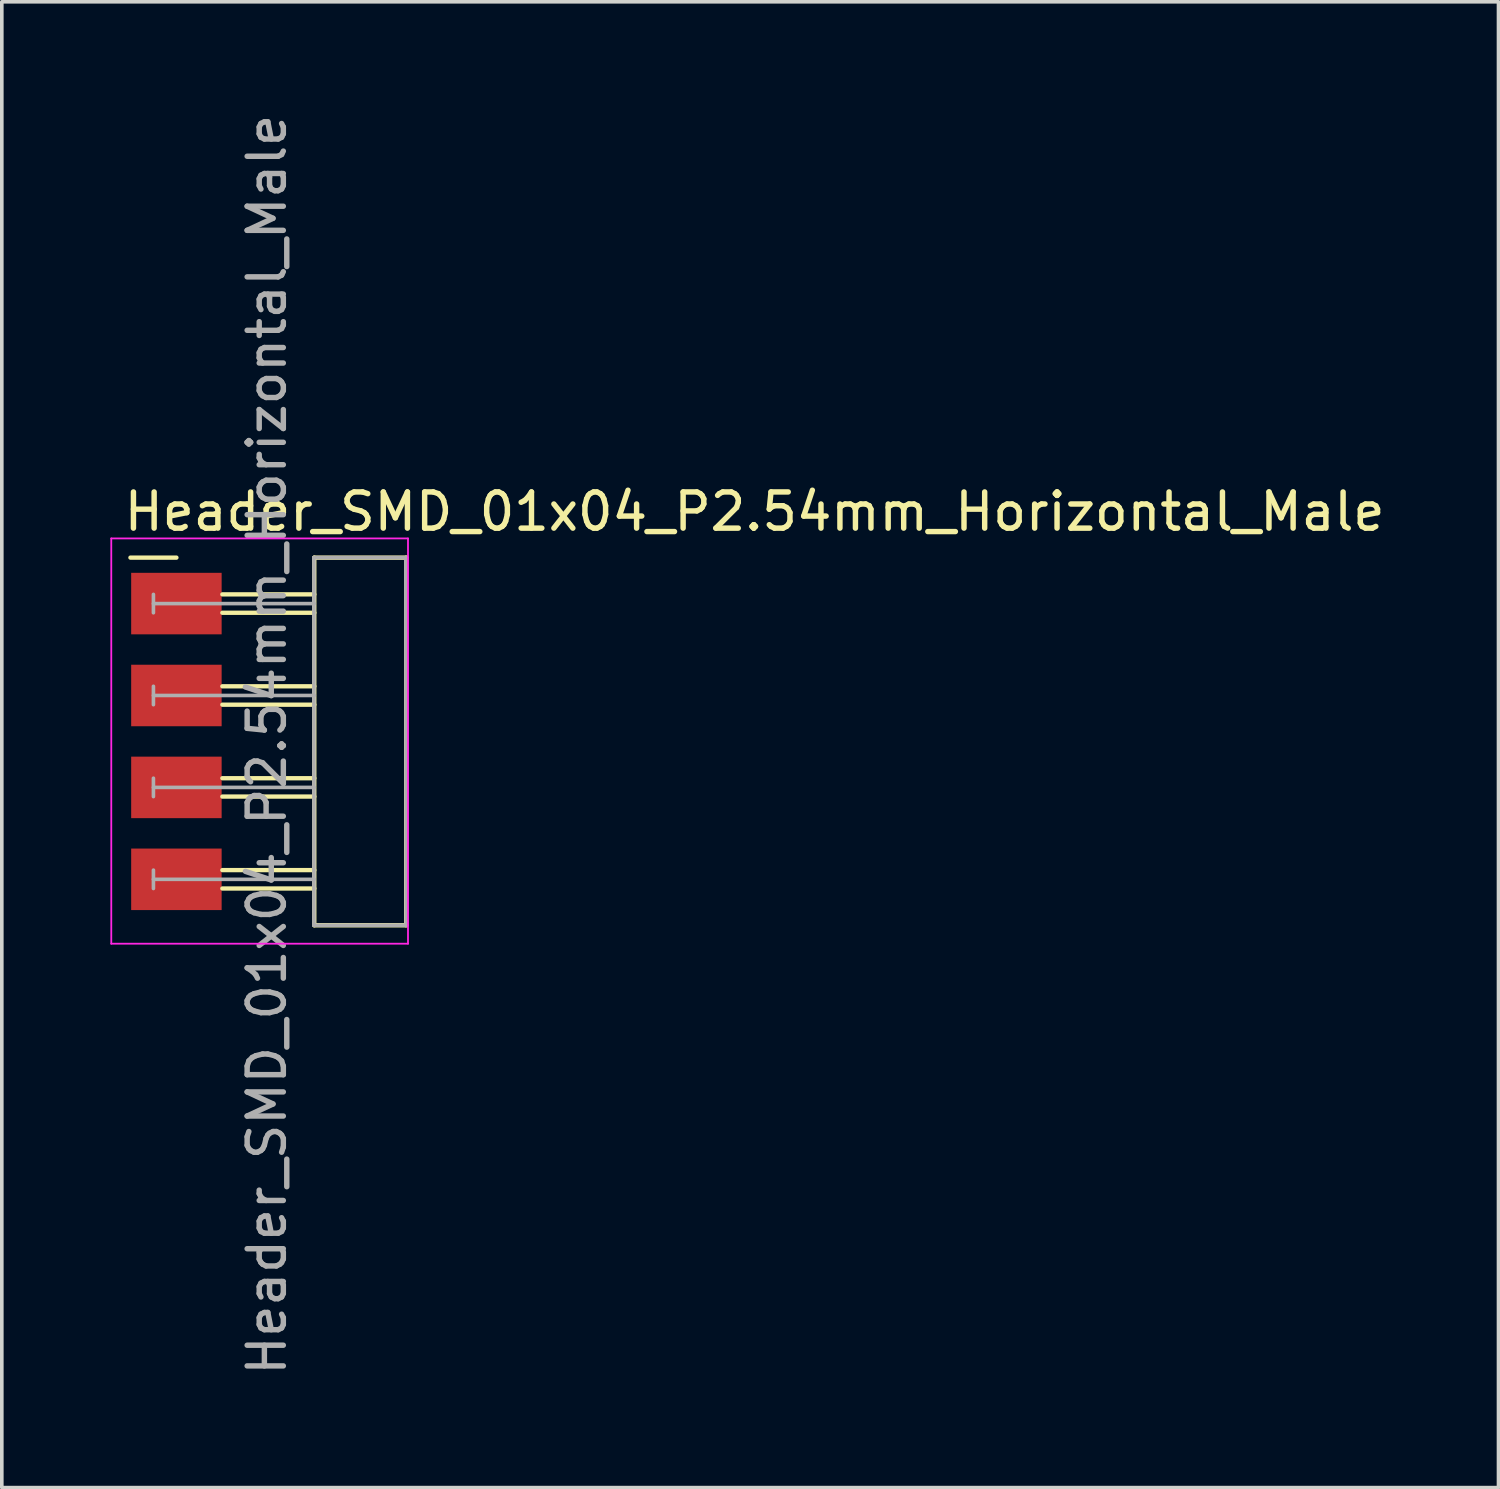
<source format=kicad_pcb>
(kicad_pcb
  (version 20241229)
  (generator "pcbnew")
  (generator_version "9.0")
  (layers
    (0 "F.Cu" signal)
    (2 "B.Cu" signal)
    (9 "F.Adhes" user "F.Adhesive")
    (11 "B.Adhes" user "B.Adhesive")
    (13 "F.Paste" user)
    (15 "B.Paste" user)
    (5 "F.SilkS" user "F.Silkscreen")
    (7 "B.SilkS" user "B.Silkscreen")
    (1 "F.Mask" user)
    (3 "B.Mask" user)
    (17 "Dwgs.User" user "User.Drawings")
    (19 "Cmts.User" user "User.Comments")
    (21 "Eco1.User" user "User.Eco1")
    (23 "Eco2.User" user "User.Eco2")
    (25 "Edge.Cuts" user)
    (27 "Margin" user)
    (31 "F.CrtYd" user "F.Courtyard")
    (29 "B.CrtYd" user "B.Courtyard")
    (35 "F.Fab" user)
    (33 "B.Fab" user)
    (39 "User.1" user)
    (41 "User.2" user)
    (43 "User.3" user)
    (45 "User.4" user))
  (footprint "Header_SMD_01x04_P2.54mm_Horizontal_Male"
    (layer "F.Cu")
    (at 1.825 13.63)
    (property "Reference" "Header_SMD_01x04_P2.54mm_Horizontal_Male" (at -1.524 -2.54 180) (layer "F.SilkS") (effects (font (size 1 1) (thickness 0.15)) (justify left)))
    (attr smd)
    (fp_line (start -1.27 -1.27) (end 0 -1.27) (stroke (width 0.12) (type solid)) (layer "F.SilkS"))
    (fp_line (start 3.81 -1.27) (end 6.35 -1.27) (stroke (width 0.12) (type solid)) (layer "F.SilkS"))
    (fp_line (start 3.81 -0.254) (end 1.27 -0.254) (stroke (width 0.12) (type solid)) (layer "F.SilkS"))
    (fp_line (start 3.81 0.254) (end 1.27 0.254) (stroke (width 0.12) (type solid)) (layer "F.SilkS"))
    (fp_line (start 3.81 2.286) (end 1.27 2.286) (stroke (width 0.12) (type solid)) (layer "F.SilkS"))
    (fp_line (start 3.81 2.794) (end 1.27 2.794) (stroke (width 0.12) (type solid)) (layer "F.SilkS"))
    (fp_line (start 3.81 4.826) (end 1.27 4.826) (stroke (width 0.12) (type solid)) (layer "F.SilkS"))
    (fp_line (start 3.81 5.334) (end 1.27 5.334) (stroke (width 0.12) (type solid)) (layer "F.SilkS"))
    (fp_line (start 3.81 7.366) (end 1.27 7.366) (stroke (width 0.12) (type solid)) (layer "F.SilkS"))
    (fp_line (start 3.81 7.874) (end 1.27 7.874) (stroke (width 0.12) (type solid)) (layer "F.SilkS"))
    (fp_line (start 3.81 8.89) (end 3.81 -1.27) (stroke (width 0.12) (type solid)) (layer "F.SilkS"))
    (fp_line (start 6.35 -1.27) (end 6.35 8.89) (stroke (width 0.12) (type solid)) (layer "F.SilkS"))
    (fp_line (start 6.35 8.89) (end 3.81 8.89) (stroke (width 0.12) (type solid)) (layer "F.SilkS"))
    (fp_line (start -1.8 -1.8) (end -1.8 9.4) (stroke (width 0.05) (type solid)) (layer "F.CrtYd"))
    (fp_line (start -1.8 9.4) (end 6.4 9.4) (stroke (width 0.05) (type solid)) (layer "F.CrtYd"))
    (fp_line (start 6.4 -1.8) (end -1.8 -1.8) (stroke (width 0.05) (type solid)) (layer "F.CrtYd"))
    (fp_line (start 6.4 9.4) (end 6.4 -1.8) (stroke (width 0.05) (type solid)) (layer "F.CrtYd"))
    (fp_line (start -0.635 -0.254) (end -0.635 0.254) (stroke (width 0.1) (type solid)) (layer "F.Fab"))
    (fp_line (start -0.635 2.286) (end -0.635 2.794) (stroke (width 0.1) (type solid)) (layer "F.Fab"))
    (fp_line (start -0.635 4.826) (end -0.635 5.334) (stroke (width 0.1) (type solid)) (layer "F.Fab"))
    (fp_line (start -0.635 7.366) (end -0.635 7.874) (stroke (width 0.1) (type solid)) (layer "F.Fab"))
    (fp_line (start 3.8 -1.27) (end 6.34 -1.27) (stroke (width 0.1) (type solid)) (layer "F.Fab"))
    (fp_line (start 3.8 8.89) (end 3.8 -1.27) (stroke (width 0.1) (type solid)) (layer "F.Fab"))
    (fp_line (start 3.8 8.89) (end 6.35 8.89) (stroke (width 0.1) (type solid)) (layer "F.Fab"))
    (fp_line (start 3.81 0) (end -0.635 0) (stroke (width 0.1) (type solid)) (layer "F.Fab"))
    (fp_line (start 3.81 2.54) (end -0.635 2.54) (stroke (width 0.1) (type solid)) (layer "F.Fab"))
    (fp_line (start 3.81 5.08) (end -0.635 5.08) (stroke (width 0.1) (type solid)) (layer "F.Fab"))
    (fp_line (start 3.81 7.62) (end -0.635 7.62) (stroke (width 0.1) (type solid)) (layer "F.Fab"))
    (fp_line (start 6.34 -1.27) (end 6.35 8.89) (stroke (width 0.1) (type solid)) (layer "F.Fab"))
    (fp_text user "${REFERENCE}" (at 2.5 3.9 90) (layer "F.Fab") (effects (font (size 1 1) (thickness 0.15))))
    (pad "1" smd rect (at 0 0) (size 2.5 1.7) (layers "F.Cu" "F.Mask" "F.Paste"))
    (pad "2" smd rect (at 0 2.54) (size 2.5 1.7) (layers "F.Cu" "F.Mask" "F.Paste"))
    (pad "3" smd rect (at 0 5.08) (size 2.5 1.7) (layers "F.Cu" "F.Mask" "F.Paste"))
    (pad "4" smd rect (at 0 7.62) (size 2.5 1.7) (layers "F.Cu" "F.Mask" "F.Paste")))
  (gr_rect
    (start -3 -3)
    (end 38.361 38.06)
    (stroke (width 0.1) (type default))
    (fill no)
    (layer "Edge.Cuts")))
</source>
